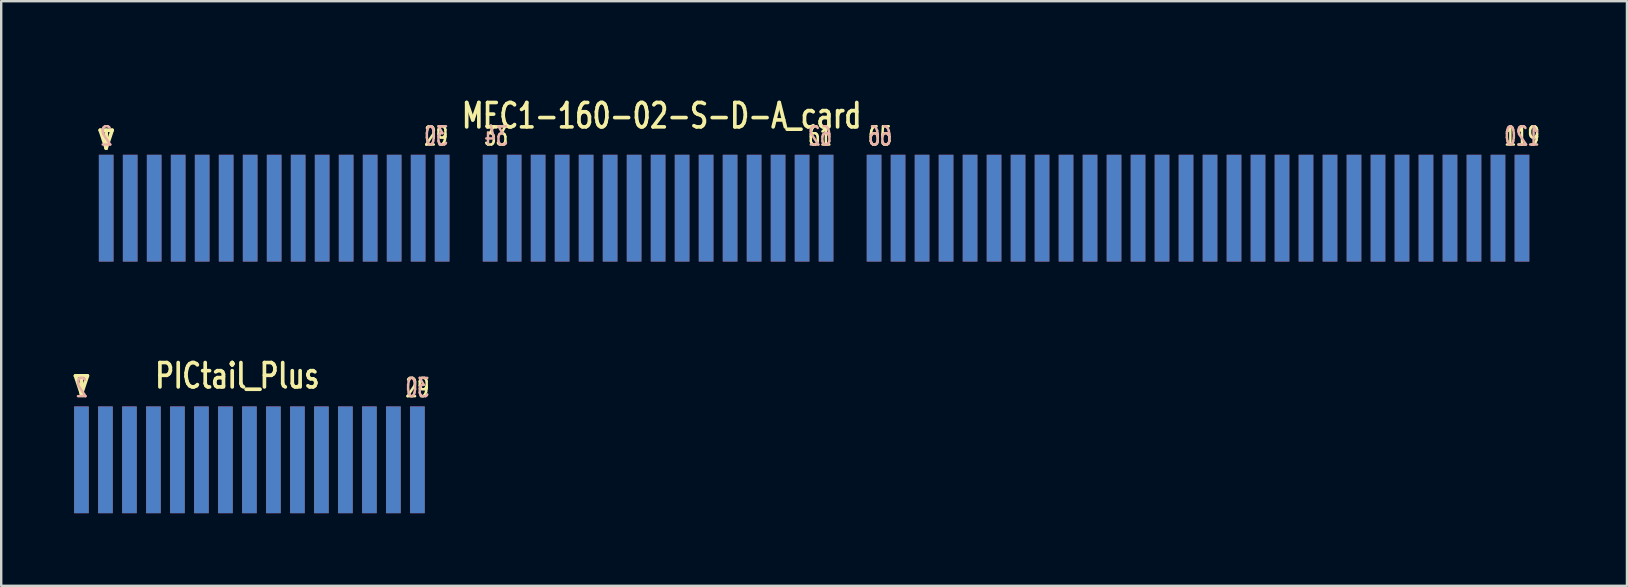
<source format=kicad_pcb>
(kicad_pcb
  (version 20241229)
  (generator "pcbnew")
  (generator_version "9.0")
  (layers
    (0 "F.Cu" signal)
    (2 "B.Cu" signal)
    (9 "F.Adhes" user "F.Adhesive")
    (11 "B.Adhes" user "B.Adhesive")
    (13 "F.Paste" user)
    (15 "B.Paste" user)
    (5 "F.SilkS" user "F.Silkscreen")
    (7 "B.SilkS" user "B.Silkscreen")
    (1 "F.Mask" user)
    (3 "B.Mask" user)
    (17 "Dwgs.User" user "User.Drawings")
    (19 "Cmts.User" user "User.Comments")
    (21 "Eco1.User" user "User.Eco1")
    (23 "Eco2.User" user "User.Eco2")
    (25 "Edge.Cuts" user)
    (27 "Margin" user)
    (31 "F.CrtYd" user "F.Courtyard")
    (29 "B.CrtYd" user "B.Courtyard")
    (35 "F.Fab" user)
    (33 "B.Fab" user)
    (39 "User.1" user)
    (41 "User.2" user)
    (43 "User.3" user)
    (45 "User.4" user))
  (footprint "MEC1-160-02-S-D-A_card"
    (layer "F.Cu")
    (at 30.875 8.125)
    (property "Reference" "MEC1-160-02-S-D-A_card" (at -6.35 -6.35 0) (layer "F.SilkS") (effects (font (size 1.016 0.762) (thickness 0.152))))
    (attr exclude_from_pos_files exclude_from_bom)
    (fp_line (start -29.75 -5.75) (end -29.25 -5.75) (stroke (width 0.15) (type solid)) (layer "F.SilkS"))
    (fp_line (start -29.5 -5) (end -29.75 -5.75) (stroke (width 0.15) (type solid)) (layer "F.SilkS"))
    (fp_line (start -29.5 -5) (end -29.5 -5.75) (stroke (width 0.15) (type solid)) (layer "F.SilkS"))
    (fp_line (start -29.25 -5.75) (end -29.5 -5) (stroke (width 0.15) (type solid)) (layer "F.SilkS"))
    (fp_line (start -30.85 0) (end -30.85 -8.1) (stroke (width 0.05) (type solid)) (layer "Eco1.User"))
    (fp_line (start -30.85 0) (end -30.25 0.6) (stroke (width 0.05) (type solid)) (layer "Eco1.User"))
    (fp_line (start -30.25 0.6) (end -15.55 0.6) (stroke (width 0.05) (type solid)) (layer "Eco1.User"))
    (fp_line (start -14.95 0) (end -15.55 0.6) (stroke (width 0.05) (type solid)) (layer "Eco1.User"))
    (fp_line (start -14.95 0) (end -14.95 -7.65) (stroke (width 0.05) (type solid)) (layer "Eco1.User"))
    (fp_line (start -14.05 -7.65) (end -14.05 0) (stroke (width 0.05) (type solid)) (layer "Eco1.User"))
    (fp_line (start -14.05 0) (end -13.45 0.6) (stroke (width 0.05) (type solid)) (layer "Eco1.User"))
    (fp_line (start -13.45 0.6) (end 0.45 0.6) (stroke (width 0.05) (type solid)) (layer "Eco1.User"))
    (fp_line (start 1.05 0) (end 0.45 0.6) (stroke (width 0.05) (type solid)) (layer "Eco1.User"))
    (fp_line (start 1.05 0) (end 1.05 -7.65) (stroke (width 0.05) (type solid)) (layer "Eco1.User"))
    (fp_line (start 1.95 -7.65) (end 1.95 0) (stroke (width 0.06) (type solid)) (layer "Eco1.User"))
    (fp_line (start 1.95 0) (end 2.55 0.6) (stroke (width 0.05) (type solid)) (layer "Eco1.User"))
    (fp_line (start 30.25 0.6) (end 2.55 0.6) (stroke (width 0.05) (type solid)) (layer "Eco1.User"))
    (fp_line (start 30.85 0) (end 30.25 0.6) (stroke (width 0.05) (type solid)) (layer "Eco1.User"))
    (fp_line (start 30.85 0) (end 30.85 -8.1) (stroke (width 0.05) (type solid)) (layer "Eco1.User"))
    (fp_arc (start -14.95 -7.65) (mid -14.818198 -7.968198) (end -14.5 -8.1) (stroke (width 0.05) (type solid)) (layer "Eco1.User"))
    (fp_arc (start -14.5 -8.1) (mid -14.181802 -7.968198) (end -14.05 -7.65) (stroke (width 0.05) (type solid)) (layer "Eco1.User"))
    (fp_arc (start 1.05 -7.65) (mid 1.181802 -7.968198) (end 1.5 -8.1) (stroke (width 0.05) (type solid)) (layer "Eco1.User"))
    (fp_arc (start 1.5 -8.1) (mid 1.818198 -7.968198) (end 1.95 -7.65) (stroke (width 0.05) (type solid)) (layer "Eco1.User"))
    (fp_text user "33" (at -13.25 -5.5 0) (layer "F.SilkS") (effects (font (size 0.762 0.508) (thickness 0.102))))
    (fp_text user "29" (at -15.75 -5.5 0) (layer "F.SilkS") (effects (font (size 0.762 0.508) (thickness 0.102))))
    (fp_text user "61" (at 0.25 -5.5 0) (layer "F.SilkS") (effects (font (size 0.762 0.508) (thickness 0.102))))
    (fp_text user "119" (at 29.5 -5.5 0) (layer "F.SilkS") (effects (font (size 0.762 0.508) (thickness 0.102))))
    (fp_text user "65" (at 2.75 -5.5 0) (layer "F.SilkS") (effects (font (size 0.762 0.508) (thickness 0.102))))
    (fp_text user "66" (at 2.75 -5.5 0) (layer "B.SilkS") (effects (font (size 0.762 0.508) (thickness 0.102)) (justify mirror)))
    (fp_text user "120" (at 29.5 -5.5 0) (layer "B.SilkS") (effects (font (size 0.762 0.508) (thickness 0.102)) (justify mirror)))
    (fp_text user "2" (at -29.5 -5.5 0) (layer "B.SilkS") (effects (font (size 0.762 0.508) (thickness 0.102)) (justify mirror)))
    (fp_text user "30" (at -15.75 -5.5 0) (layer "B.SilkS") (effects (font (size 0.762 0.508) (thickness 0.102)) (justify mirror)))
    (fp_text user "62" (at 0.25 -5.5 0) (layer "B.SilkS") (effects (font (size 0.762 0.508) (thickness 0.102)) (justify mirror)))
    (fp_text user "34" (at -13.25 -5.5 0) (layer "B.SilkS") (effects (font (size 0.762 0.508) (thickness 0.102)) (justify mirror)))
    (pad "1" smd rect (at -29.5 -2.5) (size 0.61 4.45) (layers "F.Cu" "F.Mask"))
    (pad "2" smd rect (at -29.5 -2.5) (size 0.61 4.45) (layers "B.Cu" "B.Mask"))
    (pad "3" smd rect (at -28.5 -2.5) (size 0.61 4.45) (layers "F.Cu" "F.Mask"))
    (pad "4" smd rect (at -28.5 -2.5) (size 0.61 4.45) (layers "B.Cu" "B.Mask"))
    (pad "5" smd rect (at -27.5 -2.5) (size 0.61 4.45) (layers "F.Cu" "F.Mask"))
    (pad "6" smd rect (at -27.5 -2.5) (size 0.61 4.45) (layers "B.Cu" "B.Mask"))
    (pad "7" smd rect (at -26.5 -2.5) (size 0.61 4.45) (layers "F.Cu" "F.Mask"))
    (pad "8" smd rect (at -26.5 -2.5) (size 0.61 4.45) (layers "B.Cu" "B.Mask"))
    (pad "9" smd rect (at -25.5 -2.5) (size 0.61 4.45) (layers "F.Cu" "F.Mask"))
    (pad "10" smd rect (at -25.5 -2.5) (size 0.61 4.45) (layers "B.Cu" "B.Mask"))
    (pad "11" smd rect (at -24.5 -2.5) (size 0.61 4.45) (layers "F.Cu" "F.Mask"))
    (pad "12" smd rect (at -24.5 -2.5) (size 0.61 4.45) (layers "B.Cu" "B.Mask"))
    (pad "13" smd rect (at -23.5 -2.5) (size 0.61 4.45) (layers "F.Cu" "F.Mask"))
    (pad "14" smd rect (at -23.5 -2.5) (size 0.61 4.45) (layers "B.Cu" "B.Mask"))
    (pad "15" smd rect (at -22.5 -2.5) (size 0.61 4.45) (layers "F.Cu" "F.Mask"))
    (pad "16" smd rect (at -22.5 -2.5) (size 0.61 4.45) (layers "B.Cu" "B.Mask"))
    (pad "17" smd rect (at -21.5 -2.5) (size 0.61 4.45) (layers "F.Cu" "F.Mask"))
    (pad "18" smd rect (at -21.5 -2.5) (size 0.61 4.45) (layers "B.Cu" "B.Mask"))
    (pad "19" smd rect (at -20.5 -2.5) (size 0.61 4.45) (layers "F.Cu" "F.Mask"))
    (pad "20" smd rect (at -20.5 -2.5) (size 0.61 4.45) (layers "B.Cu" "B.Mask"))
    (pad "21" smd rect (at -19.5 -2.5) (size 0.61 4.45) (layers "F.Cu" "F.Mask"))
    (pad "22" smd rect (at -19.5 -2.5) (size 0.61 4.45) (layers "B.Cu" "B.Mask"))
    (pad "23" smd rect (at -18.5 -2.5) (size 0.61 4.45) (layers "F.Cu" "F.Mask"))
    (pad "24" smd rect (at -18.5 -2.5) (size 0.61 4.45) (layers "B.Cu" "B.Mask"))
    (pad "25" smd rect (at -17.5 -2.5) (size 0.61 4.45) (layers "F.Cu" "F.Mask"))
    (pad "26" smd rect (at -17.5 -2.5) (size 0.61 4.45) (layers "B.Cu" "B.Mask"))
    (pad "27" smd rect (at -16.5 -2.5) (size 0.61 4.45) (layers "F.Cu" "F.Mask"))
    (pad "28" smd rect (at -16.5 -2.5) (size 0.61 4.45) (layers "B.Cu" "B.Mask"))
    (pad "29" smd rect (at -15.5 -2.5) (size 0.61 4.45) (layers "F.Cu" "F.Mask"))
    (pad "30" smd rect (at -15.5 -2.5) (size 0.61 4.45) (layers "B.Cu" "B.Mask"))
    (pad "33" smd rect (at -13.5 -2.5) (size 0.61 4.45) (layers "F.Cu" "F.Mask"))
    (pad "34" smd rect (at -13.5 -2.5) (size 0.61 4.45) (layers "B.Cu" "B.Mask"))
    (pad "35" smd rect (at -12.5 -2.5) (size 0.61 4.45) (layers "F.Cu" "F.Mask"))
    (pad "36" smd rect (at -12.5 -2.5) (size 0.61 4.45) (layers "B.Cu" "B.Mask"))
    (pad "37" smd rect (at -11.5 -2.5) (size 0.61 4.45) (layers "F.Cu" "F.Mask"))
    (pad "38" smd rect (at -11.5 -2.5) (size 0.61 4.45) (layers "B.Cu" "B.Mask"))
    (pad "39" smd rect (at -10.5 -2.5) (size 0.61 4.45) (layers "F.Cu" "F.Mask"))
    (pad "40" smd rect (at -10.5 -2.5) (size 0.61 4.45) (layers "B.Cu" "B.Mask"))
    (pad "41" smd rect (at -9.5 -2.5) (size 0.61 4.45) (layers "F.Cu" "F.Mask"))
    (pad "42" smd rect (at -9.5 -2.5) (size 0.61 4.45) (layers "B.Cu" "B.Mask"))
    (pad "43" smd rect (at -8.5 -2.5) (size 0.61 4.45) (layers "F.Cu" "F.Mask"))
    (pad "44" smd rect (at -8.5 -2.5) (size 0.61 4.45) (layers "B.Cu" "B.Mask"))
    (pad "45" smd rect (at -7.5 -2.5) (size 0.61 4.45) (layers "F.Cu" "F.Mask"))
    (pad "46" smd rect (at -7.5 -2.5) (size 0.61 4.45) (layers "B.Cu" "B.Mask"))
    (pad "47" smd rect (at -6.5 -2.5) (size 0.61 4.45) (layers "F.Cu" "F.Mask"))
    (pad "48" smd rect (at -6.5 -2.5) (size 0.61 4.45) (layers "B.Cu" "B.Mask"))
    (pad "49" smd rect (at -5.5 -2.5) (size 0.61 4.45) (layers "F.Cu" "F.Mask"))
    (pad "50" smd rect (at -5.5 -2.5) (size 0.61 4.45) (layers "B.Cu" "B.Mask"))
    (pad "51" smd rect (at -4.5 -2.5) (size 0.61 4.45) (layers "F.Cu" "F.Mask"))
    (pad "52" smd rect (at -4.5 -2.5) (size 0.61 4.45) (layers "B.Cu" "B.Mask"))
    (pad "53" smd rect (at -3.5 -2.5) (size 0.61 4.45) (layers "F.Cu" "F.Mask"))
    (pad "54" smd rect (at -3.5 -2.5) (size 0.61 4.45) (layers "B.Cu" "B.Mask"))
    (pad "55" smd rect (at -2.5 -2.5) (size 0.61 4.45) (layers "F.Cu" "F.Mask"))
    (pad "56" smd rect (at -2.5 -2.5) (size 0.61 4.45) (layers "B.Cu" "B.Mask"))
    (pad "57" smd rect (at -1.5 -2.5) (size 0.61 4.45) (layers "F.Cu" "F.Mask"))
    (pad "58" smd rect (at -1.5 -2.5) (size 0.61 4.45) (layers "B.Cu" "B.Mask"))
    (pad "59" smd rect (at -0.5 -2.5) (size 0.61 4.45) (layers "F.Cu" "F.Mask"))
    (pad "60" smd rect (at -0.5 -2.5) (size 0.61 4.45) (layers "B.Cu" "B.Mask"))
    (pad "61" smd rect (at 0.5 -2.5) (size 0.61 4.45) (layers "F.Cu" "F.Mask"))
    (pad "62" smd rect (at 0.5 -2.5) (size 0.61 4.45) (layers "B.Cu" "B.Mask"))
    (pad "65" smd rect (at 2.5 -2.5) (size 0.61 4.45) (layers "F.Cu" "F.Mask"))
    (pad "66" smd rect (at 2.5 -2.5) (size 0.61 4.45) (layers "B.Cu" "B.Mask"))
    (pad "67" smd rect (at 3.5 -2.5) (size 0.61 4.45) (layers "F.Cu" "F.Mask"))
    (pad "68" smd rect (at 3.5 -2.5) (size 0.61 4.45) (layers "B.Cu" "B.Mask"))
    (pad "69" smd rect (at 4.5 -2.5) (size 0.61 4.45) (layers "F.Cu" "F.Mask"))
    (pad "70" smd rect (at 4.5 -2.5) (size 0.61 4.45) (layers "B.Cu" "B.Mask"))
    (pad "71" smd rect (at 5.5 -2.5) (size 0.61 4.45) (layers "F.Cu" "F.Mask"))
    (pad "72" smd rect (at 5.5 -2.5) (size 0.61 4.45) (layers "B.Cu" "B.Mask"))
    (pad "73" smd rect (at 6.5 -2.5) (size 0.61 4.45) (layers "F.Cu" "F.Mask"))
    (pad "74" smd rect (at 6.5 -2.5) (size 0.61 4.45) (layers "B.Cu" "B.Mask"))
    (pad "75" smd rect (at 7.5 -2.5) (size 0.61 4.45) (layers "F.Cu" "F.Mask"))
    (pad "76" smd rect (at 7.5 -2.5) (size 0.61 4.45) (layers "B.Cu" "B.Mask"))
    (pad "77" smd rect (at 8.5 -2.5) (size 0.61 4.45) (layers "F.Cu" "F.Mask"))
    (pad "78" smd rect (at 8.5 -2.5) (size 0.61 4.45) (layers "B.Cu" "B.Mask"))
    (pad "79" smd rect (at 9.5 -2.5) (size 0.61 4.45) (layers "F.Cu" "F.Mask"))
    (pad "80" smd rect (at 9.5 -2.5) (size 0.61 4.45) (layers "B.Cu" "B.Mask"))
    (pad "81" smd rect (at 10.5 -2.5) (size 0.61 4.45) (layers "F.Cu" "F.Mask"))
    (pad "82" smd rect (at 10.5 -2.5) (size 0.61 4.45) (layers "B.Cu" "B.Mask"))
    (pad "83" smd rect (at 11.5 -2.5) (size 0.61 4.45) (layers "F.Cu" "F.Mask"))
    (pad "84" smd rect (at 11.5 -2.5) (size 0.61 4.45) (layers "B.Cu" "B.Mask"))
    (pad "85" smd rect (at 12.5 -2.5) (size 0.61 4.45) (layers "F.Cu" "F.Mask"))
    (pad "86" smd rect (at 12.5 -2.5) (size 0.61 4.45) (layers "B.Cu" "B.Mask"))
    (pad "87" smd rect (at 13.5 -2.5) (size 0.61 4.45) (layers "F.Cu" "F.Mask"))
    (pad "88" smd rect (at 13.5 -2.5) (size 0.61 4.45) (layers "B.Cu" "B.Mask"))
    (pad "89" smd rect (at 14.5 -2.5) (size 0.61 4.45) (layers "F.Cu" "F.Mask"))
    (pad "90" smd rect (at 14.5 -2.5) (size 0.61 4.45) (layers "B.Cu" "B.Mask"))
    (pad "91" smd rect (at 15.5 -2.5) (size 0.61 4.45) (layers "F.Cu" "F.Mask"))
    (pad "92" smd rect (at 15.5 -2.5) (size 0.61 4.45) (layers "B.Cu" "B.Mask"))
    (pad "93" smd rect (at 16.5 -2.5) (size 0.61 4.45) (layers "F.Cu" "F.Mask"))
    (pad "94" smd rect (at 16.5 -2.5) (size 0.61 4.45) (layers "B.Cu" "B.Mask"))
    (pad "95" smd rect (at 17.5 -2.5) (size 0.61 4.45) (layers "F.Cu" "F.Mask"))
    (pad "96" smd rect (at 17.5 -2.5) (size 0.61 4.45) (layers "B.Cu" "B.Mask"))
    (pad "97" smd rect (at 18.5 -2.5) (size 0.61 4.45) (layers "F.Cu" "F.Mask"))
    (pad "98" smd rect (at 18.5 -2.5) (size 0.61 4.45) (layers "B.Cu" "B.Mask"))
    (pad "99" smd rect (at 19.5 -2.5) (size 0.61 4.45) (layers "F.Cu" "F.Mask"))
    (pad "100" smd rect (at 19.5 -2.5) (size 0.61 4.45) (layers "B.Cu" "B.Mask"))
    (pad "101" smd rect (at 20.5 -2.5) (size 0.61 4.45) (layers "F.Cu" "F.Mask"))
    (pad "102" smd rect (at 20.5 -2.5) (size 0.61 4.45) (layers "B.Cu" "B.Mask"))
    (pad "103" smd rect (at 21.5 -2.5) (size 0.61 4.45) (layers "F.Cu" "F.Mask"))
    (pad "104" smd rect (at 21.5 -2.5) (size 0.61 4.45) (layers "B.Cu" "B.Mask"))
    (pad "105" smd rect (at 22.5 -2.5) (size 0.61 4.45) (layers "F.Cu" "F.Mask"))
    (pad "106" smd rect (at 22.5 -2.5) (size 0.61 4.45) (layers "B.Cu" "B.Mask"))
    (pad "107" smd rect (at 23.5 -2.5) (size 0.61 4.45) (layers "F.Cu" "F.Mask"))
    (pad "108" smd rect (at 23.5 -2.5) (size 0.61 4.45) (layers "B.Cu" "B.Mask"))
    (pad "109" smd rect (at 24.5 -2.5) (size 0.61 4.45) (layers "F.Cu" "F.Mask"))
    (pad "110" smd rect (at 24.5 -2.5) (size 0.61 4.45) (layers "B.Cu" "B.Mask"))
    (pad "111" smd rect (at 25.5 -2.5) (size 0.61 4.45) (layers "F.Cu" "F.Mask"))
    (pad "112" smd rect (at 25.5 -2.5) (size 0.61 4.45) (layers "B.Cu" "B.Mask"))
    (pad "113" smd rect (at 26.5 -2.5) (size 0.61 4.45) (layers "F.Cu" "F.Mask"))
    (pad "114" smd rect (at 26.5 -2.5) (size 0.61 4.45) (layers "B.Cu" "B.Mask"))
    (pad "115" smd rect (at 27.5 -2.5) (size 0.61 4.45) (layers "F.Cu" "F.Mask"))
    (pad "116" smd rect (at 27.5 -2.5) (size 0.61 4.45) (layers "B.Cu" "B.Mask"))
    (pad "117" smd rect (at 28.5 -2.5) (size 0.61 4.45) (layers "F.Cu" "F.Mask"))
    (pad "118" smd rect (at 28.5 -2.5) (size 0.61 4.45) (layers "B.Cu" "B.Mask"))
    (pad "119" smd rect (at 29.5 -2.5) (size 0.61 4.45) (layers "F.Cu" "F.Mask"))
    (pad "120" smd rect (at 29.5 -2.5) (size 0.61 4.45) (layers "B.Cu" "B.Mask")))
  (footprint "PICtail_Plus"
    (layer "F.Cu")
    (at 6.844 18.112)
    (property "Reference" "PICtail_Plus" (at 0 -5.5 0) (layer "F.SilkS") (effects (font (size 1.016 0.762) (thickness 0.152))))
    (attr exclude_from_pos_files exclude_from_bom)
    (fp_line (start -6.75 -5.5) (end -6.25 -5.5) (stroke (width 0.15) (type solid)) (layer "F.SilkS"))
    (fp_line (start -6.5 -5.5) (end -6.5 -4.75) (stroke (width 0.15) (type solid)) (layer "F.SilkS"))
    (fp_line (start -6.5 -4.75) (end -6.75 -5.5) (stroke (width 0.15) (type solid)) (layer "F.SilkS"))
    (fp_line (start -6.25 -5.5) (end -6.5 -4.75) (stroke (width 0.15) (type solid)) (layer "F.SilkS"))
    (fp_text user "29" (at 7.5 -5 0) (layer "F.SilkS") (effects (font (size 0.762 0.508) (thickness 0.102))))
    (fp_text user "30" (at 7.5 -5 0) (layer "B.SilkS") (effects (font (size 0.762 0.508) (thickness 0.102)) (justify mirror)))
    (fp_text user "2" (at -6.5 -5 0) (layer "B.SilkS") (effects (font (size 0.762 0.508) (thickness 0.102)) (justify mirror)))
    (pad "1" smd rect (at -6.5 -2) (size 0.61 4.45) (layers "F.Cu" "F.Mask"))
    (pad "2" smd rect (at -6.5 -2) (size 0.61 4.45) (layers "B.Cu" "B.Mask"))
    (pad "3" smd rect (at -5.5 -2) (size 0.61 4.45) (layers "F.Cu" "F.Mask"))
    (pad "4" smd rect (at -5.5 -2) (size 0.61 4.45) (layers "B.Cu" "B.Mask"))
    (pad "5" smd rect (at -4.5 -2) (size 0.61 4.45) (layers "F.Cu" "F.Mask"))
    (pad "6" smd rect (at -4.5 -2) (size 0.61 4.45) (layers "B.Cu" "B.Mask"))
    (pad "7" smd rect (at -3.5 -2) (size 0.61 4.45) (layers "F.Cu" "F.Mask"))
    (pad "8" smd rect (at -3.5 -2) (size 0.61 4.45) (layers "B.Cu" "B.Mask"))
    (pad "9" smd rect (at -2.5 -2) (size 0.61 4.45) (layers "F.Cu" "F.Mask"))
    (pad "10" smd rect (at -2.5 -2) (size 0.61 4.45) (layers "B.Cu" "B.Mask"))
    (pad "11" smd rect (at -1.5 -2) (size 0.61 4.45) (layers "F.Cu" "F.Mask"))
    (pad "12" smd rect (at -1.5 -2) (size 0.61 4.45) (layers "B.Cu" "B.Mask"))
    (pad "13" smd rect (at -0.5 -2) (size 0.61 4.45) (layers "F.Cu" "F.Mask"))
    (pad "14" smd rect (at -0.5 -2) (size 0.61 4.45) (layers "B.Cu" "B.Mask"))
    (pad "15" smd rect (at 0.5 -2) (size 0.61 4.45) (layers "F.Cu" "F.Mask"))
    (pad "16" smd rect (at 0.5 -2) (size 0.61 4.45) (layers "B.Cu" "B.Mask"))
    (pad "17" smd rect (at 1.5 -2) (size 0.61 4.45) (layers "F.Cu" "F.Mask"))
    (pad "18" smd rect (at 1.5 -2) (size 0.61 4.45) (layers "B.Cu" "B.Mask"))
    (pad "19" smd rect (at 2.5 -2) (size 0.61 4.45) (layers "F.Cu" "F.Mask"))
    (pad "20" smd rect (at 2.5 -2) (size 0.61 4.45) (layers "B.Cu" "B.Mask"))
    (pad "21" smd rect (at 3.5 -2) (size 0.61 4.45) (layers "F.Cu" "F.Mask"))
    (pad "22" smd rect (at 3.5 -2) (size 0.61 4.45) (layers "B.Cu" "B.Mask"))
    (pad "23" smd rect (at 4.5 -2) (size 0.61 4.45) (layers "F.Cu" "F.Mask"))
    (pad "24" smd rect (at 4.5 -2) (size 0.61 4.45) (layers "B.Cu" "B.Mask"))
    (pad "25" smd rect (at 5.5 -2) (size 0.61 4.45) (layers "F.Cu" "F.Mask"))
    (pad "26" smd rect (at 5.5 -2) (size 0.61 4.45) (layers "B.Cu" "B.Mask"))
    (pad "27" smd rect (at 6.5 -2) (size 0.61 4.45) (layers "F.Cu" "F.Mask"))
    (pad "28" smd rect (at 6.5 -2) (size 0.61 4.45) (layers "B.Cu" "B.Mask"))
    (pad "29" smd rect (at 7.5 -2) (size 0.61 4.45) (layers "F.Cu" "F.Mask"))
    (pad "30" smd rect (at 7.5 -2) (size 0.61 4.45) (layers "B.Cu" "B.Mask")))
  (gr_rect
    (start -3 -3)
    (end 64.75 21.362)
    (stroke (width 0.1) (type default))
    (fill no)
    (layer "Edge.Cuts")))
</source>
